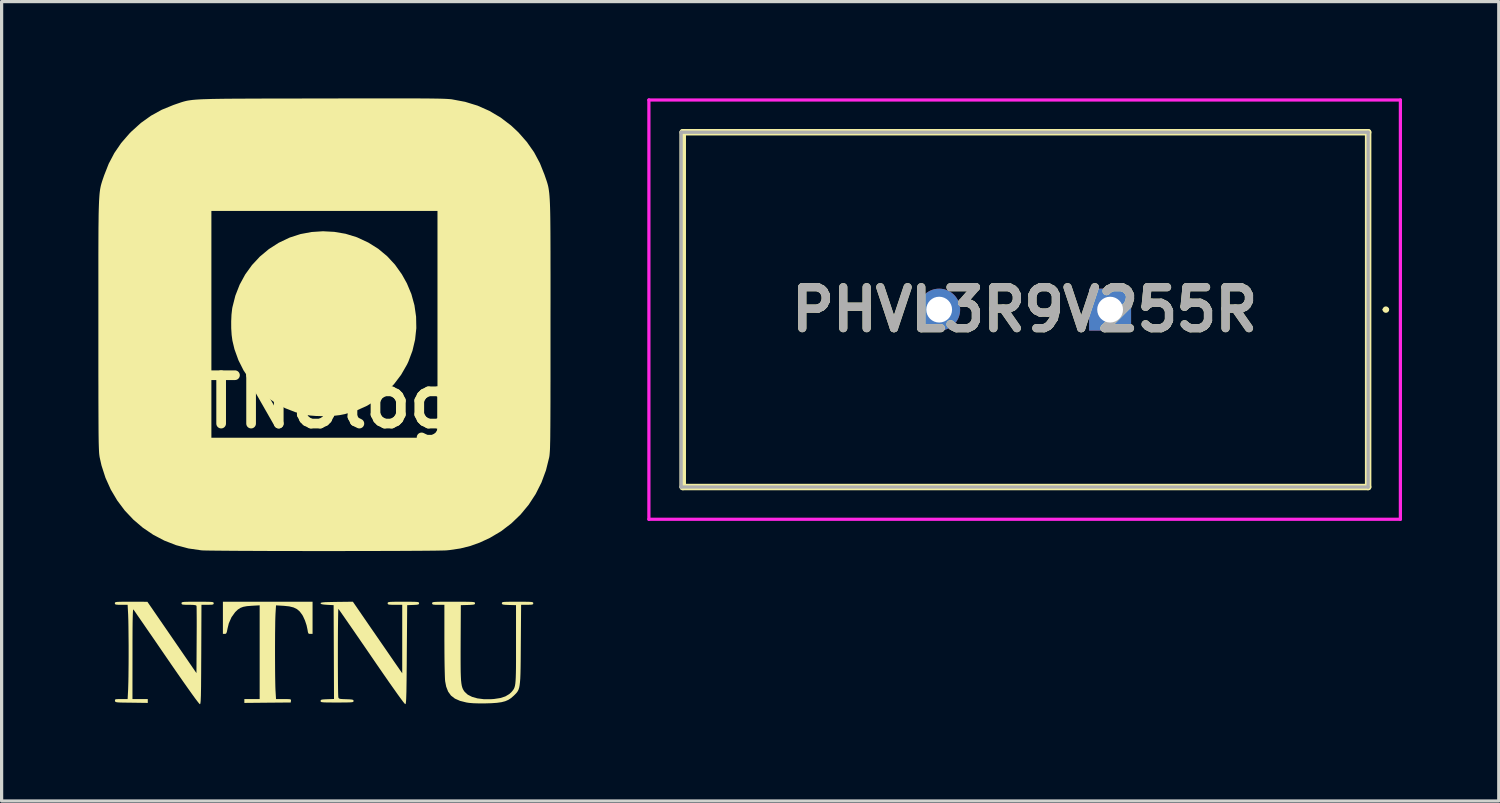
<source format=kicad_pcb>
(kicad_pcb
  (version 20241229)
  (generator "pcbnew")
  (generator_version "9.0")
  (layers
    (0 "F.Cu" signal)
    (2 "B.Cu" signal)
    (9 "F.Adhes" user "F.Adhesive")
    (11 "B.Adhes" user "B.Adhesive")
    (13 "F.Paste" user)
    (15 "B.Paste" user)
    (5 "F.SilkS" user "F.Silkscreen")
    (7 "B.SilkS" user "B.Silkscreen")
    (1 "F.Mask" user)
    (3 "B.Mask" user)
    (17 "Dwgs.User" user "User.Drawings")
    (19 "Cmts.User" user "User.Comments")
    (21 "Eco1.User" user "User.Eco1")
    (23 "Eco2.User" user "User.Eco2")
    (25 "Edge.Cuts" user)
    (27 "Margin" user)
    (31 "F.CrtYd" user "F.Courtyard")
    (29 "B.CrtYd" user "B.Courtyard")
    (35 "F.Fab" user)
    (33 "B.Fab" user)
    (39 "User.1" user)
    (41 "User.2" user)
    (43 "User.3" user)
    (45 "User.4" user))
  (footprint "NTNUlogo"
    (layer "F.Cu")
    (at 7.021 9.405)
    (property "Reference" "NTNUlogo" (at 0 0 0) (layer "F.SilkS") (effects (font (size 1.5 1.5) (thickness 0.3))))
    (attr board_only exclude_from_pos_files exclude_from_bom)
    (fp_poly (pts (xy 0.297 -5.266) (xy 0.643 -5.207) (xy 0.974 -5.106) (xy 1.01 -5.092) (xy 1.349 -4.934) (xy 1.657 -4.741) (xy 1.932 -4.512) (xy 2.176 -4.249) (xy 2.389 -3.949) (xy 2.544 -3.671) (xy 2.684 -3.336) (xy 2.779 -2.99) (xy 2.83 -2.636) (xy 2.837 -2.28) (xy 2.799 -1.926) (xy 2.717 -1.579) (xy 2.591 -1.243) (xy 2.548 -1.152) (xy 2.365 -0.834) (xy 2.146 -0.545) (xy 1.895 -0.287) (xy 1.615 -0.063) (xy 1.311 0.125) (xy 0.984 0.273) (xy 0.639 0.379) (xy 0.466 0.415) (xy 0.307 0.434) (xy 0.119 0.446) (xy -0.082 0.448) (xy -0.28 0.442) (xy -0.458 0.428) (xy -0.556 0.413) (xy -0.905 0.327) (xy -1.236 0.198) (xy -1.546 0.03) (xy -1.833 -0.173) (xy -2.093 -0.41) (xy -2.322 -0.677) (xy -2.519 -0.97) (xy -2.679 -1.288) (xy -2.801 -1.626) (xy -2.865 -1.894) (xy -2.889 -2.07) (xy -2.902 -2.274) (xy -2.903 -2.489) (xy -2.894 -2.698) (xy -2.873 -2.883) (xy -2.865 -2.928) (xy -2.774 -3.288) (xy -2.641 -3.628) (xy -2.468 -3.946) (xy -2.258 -4.237) (xy -2.013 -4.5) (xy -1.736 -4.731) (xy -1.429 -4.928) (xy -1.094 -5.087) (xy -1.081 -5.092) (xy -0.753 -5.198) (xy -0.408 -5.262) (xy -0.056 -5.285)) (stroke (width 0) (type solid)) (fill yes) (layer "F.SilkS"))
    (fp_poly (pts (xy -0.38 6.7) (xy -0.38 7.199) (xy -0.449 7.199) (xy -0.49 7.196) (xy -0.513 7.178) (xy -0.526 7.133) (xy -0.535 7.075) (xy -0.566 6.931) (xy -0.616 6.781) (xy -0.678 6.646) (xy -0.702 6.605) (xy -0.778 6.504) (xy -0.864 6.43) (xy -0.969 6.379) (xy -1.102 6.346) (xy -1.272 6.328) (xy -1.281 6.328) (xy -1.513 6.314) (xy -1.529 6.57) (xy -1.533 6.668) (xy -1.537 6.806) (xy -1.539 6.977) (xy -1.542 7.174) (xy -1.543 7.39) (xy -1.544 7.618) (xy -1.544 7.85) (xy -1.543 8.08) (xy -1.542 8.3) (xy -1.54 8.502) (xy -1.537 8.681) (xy -1.534 8.829) (xy -1.53 8.938) (xy -1.529 8.952) (xy -1.513 9.219) (xy -1.278 9.219) (xy -1.171 9.22) (xy -1.102 9.222) (xy -1.065 9.229) (xy -1.05 9.242) (xy -1.049 9.263) (xy -1.05 9.273) (xy -1.057 9.326) (xy -1.776 9.332) (xy -2.495 9.339) (xy -2.495 9.279) (xy -2.495 9.219) (xy -2.257 9.219) (xy -2.02 9.219) (xy -2.02 7.766) (xy -2.02 6.313) (xy -2.269 6.327) (xy -2.417 6.339) (xy -2.53 6.36) (xy -2.618 6.393) (xy -2.695 6.443) (xy -2.77 6.515) (xy -2.781 6.526) (xy -2.894 6.683) (xy -2.977 6.872) (xy -3.019 7.044) (xy -3.035 7.127) (xy -3.051 7.174) (xy -3.072 7.195) (xy -3.103 7.199) (xy -3.103 7.199) (xy -3.16 7.199) (xy -3.16 6.7) (xy -3.16 6.201) (xy -1.77 6.201) (xy -0.38 6.201)) (stroke (width 0) (type solid)) (fill yes) (layer "F.SilkS"))
    (fp_poly (pts (xy -3.778 6.202) (xy -3.654 6.203) (xy -3.565 6.205) (xy -3.506 6.209) (xy -3.47 6.215) (xy -3.452 6.225) (xy -3.446 6.238) (xy -3.445 6.249) (xy -3.449 6.273) (xy -3.468 6.287) (xy -3.51 6.294) (xy -3.585 6.296) (xy -3.635 6.297) (xy -3.825 6.297) (xy -3.831 7.835) (xy -3.833 8.146) (xy -3.834 8.413) (xy -3.836 8.64) (xy -3.837 8.828) (xy -3.84 8.983) (xy -3.842 9.106) (xy -3.846 9.202) (xy -3.849 9.273) (xy -3.854 9.323) (xy -3.859 9.355) (xy -3.865 9.373) (xy -3.873 9.379) (xy -3.873 9.379) (xy -3.894 9.361) (xy -3.941 9.303) (xy -4.014 9.207) (xy -4.112 9.072) (xy -4.236 8.898) (xy -4.385 8.687) (xy -4.558 8.439) (xy -4.756 8.153) (xy -4.907 7.933) (xy -5.069 7.697) (xy -5.223 7.472) (xy -5.368 7.261) (xy -5.502 7.068) (xy -5.621 6.894) (xy -5.725 6.744) (xy -5.81 6.621) (xy -5.874 6.527) (xy -5.916 6.467) (xy -5.933 6.442) (xy -5.94 6.443) (xy -5.945 6.465) (xy -5.95 6.511) (xy -5.953 6.583) (xy -5.956 6.686) (xy -5.959 6.821) (xy -5.961 6.992) (xy -5.962 7.201) (xy -5.963 7.451) (xy -5.963 7.746) (xy -5.963 7.811) (xy -5.964 9.219) (xy -5.726 9.219) (xy -5.489 9.219) (xy -5.489 9.279) (xy -5.489 9.339) (xy -5.994 9.332) (xy -6.161 9.33) (xy -6.286 9.328) (xy -6.376 9.325) (xy -6.437 9.32) (xy -6.474 9.313) (xy -6.494 9.303) (xy -6.503 9.29) (xy -6.506 9.273) (xy -6.507 9.247) (xy -6.496 9.231) (xy -6.464 9.223) (xy -6.401 9.22) (xy -6.314 9.219) (xy -6.114 9.219) (xy -6.098 8.916) (xy -6.095 8.819) (xy -6.091 8.683) (xy -6.088 8.515) (xy -6.086 8.324) (xy -6.084 8.118) (xy -6.083 7.905) (xy -6.083 7.758) (xy -6.083 7.545) (xy -6.085 7.333) (xy -6.087 7.131) (xy -6.089 6.946) (xy -6.092 6.787) (xy -6.096 6.662) (xy -6.098 6.599) (xy -6.114 6.297) (xy -6.312 6.297) (xy -6.409 6.296) (xy -6.468 6.291) (xy -6.498 6.282) (xy -6.509 6.264) (xy -6.51 6.249) (xy -6.509 6.233) (xy -6.499 6.222) (xy -6.477 6.213) (xy -6.434 6.207) (xy -6.367 6.204) (xy -6.268 6.202) (xy -6.132 6.202) (xy -6.005 6.202) (xy -5.501 6.203) (xy -4.74 7.309) (xy -3.98 8.415) (xy -3.974 7.386) (xy -3.973 7.168) (xy -3.972 6.965) (xy -3.972 6.781) (xy -3.973 6.622) (xy -3.974 6.492) (xy -3.975 6.396) (xy -3.977 6.339) (xy -3.979 6.326) (xy -4.003 6.311) (xy -4.065 6.301) (xy -4.169 6.297) (xy -4.217 6.297) (xy -4.322 6.296) (xy -4.388 6.292) (xy -4.425 6.285) (xy -4.44 6.27) (xy -4.443 6.249) (xy -4.441 6.233) (xy -4.432 6.221) (xy -4.409 6.213) (xy -4.367 6.207) (xy -4.299 6.204) (xy -4.199 6.202) (xy -4.062 6.202) (xy -3.944 6.201)) (stroke (width 0) (type solid)) (fill yes) (layer "F.SilkS"))
    (fp_poly (pts (xy 6.139 6.202) (xy 6.262 6.203) (xy 6.348 6.205) (xy 6.406 6.209) (xy 6.44 6.216) (xy 6.457 6.226) (xy 6.462 6.239) (xy 6.463 6.249) (xy 6.459 6.273) (xy 6.44 6.287) (xy 6.398 6.294) (xy 6.322 6.296) (xy 6.274 6.297) (xy 6.086 6.297) (xy 6.077 7.514) (xy 6.075 7.807) (xy 6.073 8.055) (xy 6.07 8.265) (xy 6.066 8.439) (xy 6.06 8.582) (xy 6.051 8.698) (xy 6.04 8.791) (xy 6.026 8.865) (xy 6.007 8.924) (xy 5.984 8.972) (xy 5.956 9.013) (xy 5.922 9.052) (xy 5.882 9.092) (xy 5.861 9.113) (xy 5.777 9.187) (xy 5.69 9.244) (xy 5.593 9.286) (xy 5.478 9.316) (xy 5.337 9.336) (xy 5.162 9.348) (xy 4.99 9.353) (xy 4.78 9.354) (xy 4.61 9.349) (xy 4.474 9.338) (xy 4.39 9.325) (xy 4.191 9.275) (xy 4.033 9.205) (xy 3.912 9.111) (xy 3.823 8.988) (xy 3.763 8.834) (xy 3.731 8.668) (xy 3.726 8.608) (xy 3.722 8.507) (xy 3.718 8.369) (xy 3.714 8.201) (xy 3.711 8.009) (xy 3.709 7.797) (xy 3.708 7.572) (xy 3.707 7.395) (xy 3.707 6.297) (xy 3.517 6.297) (xy 3.422 6.296) (xy 3.365 6.291) (xy 3.337 6.28) (xy 3.327 6.262) (xy 3.326 6.249) (xy 3.328 6.235) (xy 3.336 6.224) (xy 3.355 6.216) (xy 3.391 6.21) (xy 3.449 6.206) (xy 3.534 6.203) (xy 3.652 6.202) (xy 3.807 6.202) (xy 3.992 6.201) (xy 4.187 6.202) (xy 4.339 6.202) (xy 4.455 6.204) (xy 4.538 6.206) (xy 4.595 6.21) (xy 4.63 6.216) (xy 4.649 6.225) (xy 4.656 6.236) (xy 4.657 6.248) (xy 4.653 6.27) (xy 4.635 6.285) (xy 4.594 6.293) (xy 4.521 6.299) (xy 4.437 6.302) (xy 4.217 6.308) (xy 4.211 7.471) (xy 4.21 7.761) (xy 4.21 8.007) (xy 4.211 8.213) (xy 4.213 8.385) (xy 4.218 8.526) (xy 4.224 8.64) (xy 4.234 8.731) (xy 4.246 8.803) (xy 4.262 8.861) (xy 4.281 8.909) (xy 4.305 8.951) (xy 4.332 8.99) (xy 4.337 8.996) (xy 4.431 9.083) (xy 4.565 9.151) (xy 4.731 9.198) (xy 4.926 9.223) (xy 5.144 9.224) (xy 5.248 9.217) (xy 5.442 9.187) (xy 5.597 9.137) (xy 5.72 9.064) (xy 5.783 9.006) (xy 5.814 8.97) (xy 5.84 8.937) (xy 5.862 8.902) (xy 5.88 8.861) (xy 5.895 8.809) (xy 5.906 8.743) (xy 5.914 8.658) (xy 5.92 8.55) (xy 5.924 8.416) (xy 5.927 8.25) (xy 5.928 8.05) (xy 5.928 7.81) (xy 5.928 7.527) (xy 5.928 7.52) (xy 5.928 6.308) (xy 5.708 6.302) (xy 5.605 6.298) (xy 5.54 6.292) (xy 5.505 6.282) (xy 5.491 6.266) (xy 5.489 6.248) (xy 5.491 6.232) (xy 5.501 6.221) (xy 5.525 6.212) (xy 5.569 6.207) (xy 5.64 6.204) (xy 5.742 6.202) (xy 5.883 6.202) (xy 5.976 6.201)) (stroke (width 0) (type solid)) (fill yes) (layer "F.SilkS"))
    (fp_poly (pts (xy 1.438 7.027) (xy 1.569 7.216) (xy 1.699 7.405) (xy 1.824 7.586) (xy 1.94 7.754) (xy 2.042 7.903) (xy 2.127 8.027) (xy 2.191 8.119) (xy 2.203 8.136) (xy 2.4 8.42) (xy 2.4 7.358) (xy 2.4 6.297) (xy 2.174 6.297) (xy 2.069 6.296) (xy 2.003 6.292) (xy 1.967 6.285) (xy 1.951 6.27) (xy 1.948 6.249) (xy 1.95 6.233) (xy 1.96 6.221) (xy 1.983 6.213) (xy 2.026 6.207) (xy 2.095 6.204) (xy 2.196 6.202) (xy 2.335 6.202) (xy 2.435 6.201) (xy 2.599 6.202) (xy 2.721 6.203) (xy 2.808 6.205) (xy 2.866 6.209) (xy 2.9 6.216) (xy 2.917 6.226) (xy 2.922 6.239) (xy 2.923 6.248) (xy 2.918 6.272) (xy 2.897 6.287) (xy 2.851 6.295) (xy 2.769 6.3) (xy 2.738 6.301) (xy 2.554 6.308) (xy 2.542 7.841) (xy 2.54 8.152) (xy 2.537 8.418) (xy 2.535 8.644) (xy 2.532 8.832) (xy 2.53 8.986) (xy 2.526 9.109) (xy 2.523 9.204) (xy 2.519 9.274) (xy 2.514 9.324) (xy 2.509 9.355) (xy 2.502 9.373) (xy 2.495 9.378) (xy 2.495 9.378) (xy 2.474 9.36) (xy 2.427 9.302) (xy 2.356 9.207) (xy 2.259 9.074) (xy 2.139 8.904) (xy 1.994 8.699) (xy 1.827 8.458) (xy 1.637 8.183) (xy 1.449 7.909) (xy 1.287 7.672) (xy 1.132 7.447) (xy 0.987 7.236) (xy 0.854 7.043) (xy 0.734 6.87) (xy 0.631 6.721) (xy 0.546 6.599) (xy 0.482 6.507) (xy 0.439 6.447) (xy 0.422 6.424) (xy 0.421 6.424) (xy 0.418 6.444) (xy 0.415 6.508) (xy 0.413 6.608) (xy 0.411 6.741) (xy 0.409 6.901) (xy 0.407 7.084) (xy 0.406 7.283) (xy 0.405 7.494) (xy 0.405 7.713) (xy 0.405 7.933) (xy 0.405 8.15) (xy 0.406 8.359) (xy 0.407 8.554) (xy 0.408 8.731) (xy 0.41 8.885) (xy 0.412 9.01) (xy 0.415 9.102) (xy 0.418 9.154) (xy 0.419 9.164) (xy 0.428 9.189) (xy 0.447 9.205) (xy 0.485 9.215) (xy 0.552 9.22) (xy 0.656 9.224) (xy 0.662 9.224) (xy 0.768 9.228) (xy 0.835 9.234) (xy 0.872 9.243) (xy 0.888 9.258) (xy 0.891 9.278) (xy 0.889 9.294) (xy 0.88 9.306) (xy 0.857 9.314) (xy 0.815 9.32) (xy 0.748 9.323) (xy 0.65 9.325) (xy 0.515 9.326) (xy 0.38 9.326) (xy 0.212 9.326) (xy 0.085 9.325) (xy -0.005 9.323) (xy -0.066 9.319) (xy -0.104 9.313) (xy -0.123 9.304) (xy -0.13 9.291) (xy -0.131 9.278) (xy -0.127 9.255) (xy -0.108 9.241) (xy -0.067 9.232) (xy 0.007 9.227) (xy 0.077 9.224) (xy 0.285 9.217) (xy 0.279 7.763) (xy 0.273 6.308) (xy 0.071 6.297) (xy -0.031 6.289) (xy -0.094 6.279) (xy -0.124 6.265) (xy -0.131 6.249) (xy -0.125 6.237) (xy -0.103 6.228) (xy -0.06 6.221) (xy 0.01 6.215) (xy 0.112 6.212) (xy 0.253 6.209) (xy 0.37 6.207) (xy 0.87 6.201)) (stroke (width 0) (type solid)) (fill yes) (layer "F.SilkS"))
    (fp_poly (pts (xy 2.269 -9.405) (xy 2.539 -9.405) (xy 2.777 -9.404) (xy 2.986 -9.403) (xy 3.168 -9.402) (xy 3.325 -9.4) (xy 3.46 -9.398) (xy 3.574 -9.396) (xy 3.67 -9.393) (xy 3.75 -9.39) (xy 3.817 -9.386) (xy 3.872 -9.382) (xy 3.918 -9.378) (xy 3.945 -9.374) (xy 4.35 -9.298) (xy 4.737 -9.179) (xy 5.104 -9.016) (xy 5.449 -8.812) (xy 5.772 -8.566) (xy 6 -8.353) (xy 6.264 -8.053) (xy 6.487 -7.736) (xy 6.669 -7.395) (xy 6.816 -7.026) (xy 6.817 -7.021) (xy 6.84 -6.954) (xy 6.861 -6.894) (xy 6.88 -6.838) (xy 6.897 -6.784) (xy 6.912 -6.731) (xy 6.926 -6.675) (xy 6.938 -6.613) (xy 6.948 -6.545) (xy 6.958 -6.467) (xy 6.966 -6.378) (xy 6.973 -6.274) (xy 6.979 -6.154) (xy 6.984 -6.015) (xy 6.988 -5.855) (xy 6.991 -5.671) (xy 6.993 -5.462) (xy 6.995 -5.224) (xy 6.996 -4.957) (xy 6.997 -4.656) (xy 6.997 -4.32) (xy 6.998 -3.947) (xy 6.998 -3.535) (xy 6.998 -3.08) (xy 6.997 -2.581) (xy 6.997 -2.388) (xy 6.997 -1.881) (xy 6.997 -1.42) (xy 6.997 -1.002) (xy 6.997 -0.624) (xy 6.996 -0.285) (xy 6.996 0.018) (xy 6.995 0.287) (xy 6.994 0.524) (xy 6.993 0.732) (xy 6.991 0.912) (xy 6.99 1.068) (xy 6.988 1.2) (xy 6.985 1.313) (xy 6.983 1.407) (xy 6.98 1.485) (xy 6.976 1.549) (xy 6.972 1.602) (xy 6.968 1.646) (xy 6.964 1.683) (xy 6.958 1.715) (xy 6.956 1.728) (xy 6.857 2.126) (xy 6.717 2.505) (xy 6.537 2.863) (xy 6.32 3.196) (xy 6.067 3.501) (xy 5.781 3.775) (xy 5.464 4.017) (xy 5.118 4.222) (xy 5.11 4.226) (xy 4.806 4.367) (xy 4.508 4.474) (xy 4.203 4.55) (xy 3.874 4.599) (xy 3.774 4.609) (xy 3.718 4.612) (xy 3.618 4.614) (xy 3.477 4.617) (xy 3.298 4.619) (xy 3.085 4.621) (xy 2.84 4.623) (xy 2.568 4.624) (xy 2.271 4.626) (xy 1.953 4.627) (xy 1.617 4.628) (xy 1.266 4.629) (xy 0.904 4.629) (xy 0.534 4.63) (xy 0.158 4.63) (xy -0.219 4.63) (xy -0.594 4.63) (xy -0.964 4.629) (xy -1.326 4.628) (xy -1.677 4.628) (xy -2.013 4.627) (xy -2.33 4.625) (xy -2.627 4.624) (xy -2.899 4.622) (xy -3.142 4.62) (xy -3.355 4.618) (xy -3.533 4.616) (xy -3.674 4.614) (xy -3.773 4.611) (xy -3.828 4.608) (xy -4.228 4.55) (xy -4.612 4.448) (xy -4.978 4.305) (xy -5.322 4.124) (xy -5.643 3.906) (xy -5.937 3.655) (xy -6.203 3.373) (xy -6.437 3.061) (xy -6.637 2.723) (xy -6.8 2.361) (xy -6.924 1.977) (xy -6.98 1.728) (xy -6.985 1.697) (xy -6.99 1.662) (xy -6.995 1.622) (xy -6.999 1.573) (xy -7.002 1.513) (xy -7.005 1.441) (xy -7.008 1.354) (xy -7.011 1.25) (xy -7.013 1.126) (xy -7.015 0.98) (xy -7.016 0.811) (xy -7.017 0.615) (xy -7.018 0.39) (xy -7.019 0.135) (xy -7.02 -0.153) (xy -7.02 -0.477) (xy -7.021 -0.838) (xy -7.021 -1.239) (xy -7.021 -1.682) (xy -7.021 -2.17) (xy -7.021 -2.388) (xy -7.021 -2.904) (xy -7.021 -3.374) (xy -7.021 -3.802) (xy -7.021 -4.189) (xy -7.021 -4.538) (xy -7.02 -4.851) (xy -7.019 -5.131) (xy -7.018 -5.379) (xy -7.015 -5.598) (xy -7.013 -5.791) (xy -7.01 -5.916) (xy -3.517 -5.916) (xy -3.517 -2.4) (xy -3.517 1.117) (xy -0.012 1.117) (xy 3.493 1.117) (xy 3.493 -2.4) (xy 3.493 -5.916) (xy -0.012 -5.916) (xy -3.517 -5.916) (xy -7.01 -5.916) (xy -7.009 -5.959) (xy -7.004 -6.106) (xy -6.999 -6.232) (xy -6.992 -6.342) (xy -6.985 -6.436) (xy -6.976 -6.518) (xy -6.966 -6.59) (xy -6.954 -6.653) (xy -6.941 -6.711) (xy -6.926 -6.765) (xy -6.91 -6.818) (xy -6.892 -6.873) (xy -6.872 -6.931) (xy -6.85 -6.995) (xy -6.841 -7.021) (xy -6.7 -7.38) (xy -6.526 -7.71) (xy -6.315 -8.019) (xy -6.062 -8.311) (xy -5.999 -8.375) (xy -5.703 -8.643) (xy -5.39 -8.867) (xy -5.056 -9.052) (xy -4.694 -9.2) (xy -4.645 -9.217) (xy -4.578 -9.24) (xy -4.519 -9.26) (xy -4.464 -9.279) (xy -4.411 -9.296) (xy -4.358 -9.311) (xy -4.303 -9.325) (xy -4.243 -9.337) (xy -4.176 -9.347) (xy -4.1 -9.357) (xy -4.011 -9.365) (xy -3.909 -9.372) (xy -3.789 -9.378) (xy -3.651 -9.382) (xy -3.492 -9.387) (xy -3.309 -9.39) (xy -3.1 -9.393) (xy -2.862 -9.395) (xy -2.594 -9.396) (xy -2.293 -9.398) (xy -1.957 -9.399) (xy -1.582 -9.4) (xy -1.168 -9.4) (xy -0.71 -9.401) (xy -0.208 -9.402) (xy -0.144 -9.402) (xy 0.364 -9.403) (xy 0.826 -9.404) (xy 1.245 -9.405) (xy 1.624 -9.405) (xy 1.964 -9.405)) (stroke (width 0) (type solid)) (fill yes) (layer "F.SilkS")))
  (footprint "PHVL3R9V255R"
    (layer "F.Cu")
    (at 31.369 6.55)
    (property "Reference" "PHVL3R9V255R" (at -2.65 0 0) (layer "F.SilkS") (effects (font (size 1.27 1.27) (thickness 0.254))))
    (attr through_hole)
    (fp_line (start -13.25 -5.5) (end -13.25 5.5) (stroke (width 0.2) (type solid)) (layer "F.SilkS"))
    (fp_line (start -13.25 5.5) (end 8 5.5) (stroke (width 0.2) (type solid)) (layer "F.SilkS"))
    (fp_line (start 8 -5.5) (end -13.25 -5.5) (stroke (width 0.2) (type solid)) (layer "F.SilkS"))
    (fp_line (start 8 5.5) (end 8 -5.5) (stroke (width 0.2) (type solid)) (layer "F.SilkS"))
    (fp_line (start 8.5 0) (end 8.5 0) (stroke (width 0.1) (type solid)) (layer "F.SilkS"))
    (fp_line (start 8.6 0) (end 8.6 0) (stroke (width 0.1) (type solid)) (layer "F.SilkS"))
    (fp_arc (start 8.5 0) (mid 8.55 -0.05) (end 8.6 0) (stroke (width 0.1) (type solid)) (layer "F.SilkS"))
    (fp_arc (start 8.6 0) (mid 8.55 0.05) (end 8.5 0) (stroke (width 0.1) (type solid)) (layer "F.SilkS"))
    (fp_line (start -14.3 -6.5) (end -14.3 6.5) (stroke (width 0.1) (type solid)) (layer "F.CrtYd"))
    (fp_line (start -14.3 6.5) (end 9 6.5) (stroke (width 0.1) (type solid)) (layer "F.CrtYd"))
    (fp_line (start 9 -6.5) (end -14.3 -6.5) (stroke (width 0.1) (type solid)) (layer "F.CrtYd"))
    (fp_line (start 9 6.5) (end 9 -6.5) (stroke (width 0.1) (type solid)) (layer "F.CrtYd"))
    (fp_line (start -13.3 -5.5) (end -13.3 5.5) (stroke (width 0.1) (type solid)) (layer "F.Fab"))
    (fp_line (start -13.3 5.5) (end 8 5.5) (stroke (width 0.1) (type solid)) (layer "F.Fab"))
    (fp_line (start 8 -5.5) (end -13.3 -5.5) (stroke (width 0.1) (type solid)) (layer "F.Fab"))
    (fp_line (start 8 5.5) (end 8 -5.5) (stroke (width 0.1) (type solid)) (layer "F.Fab"))
    (fp_text user "${REFERENCE}" (at -2.65 0 0) (layer "F.Fab") (effects (font (size 1.27 1.27) (thickness 0.254))))
    (pad "1" thru_hole rect (at 0 0) (size 1.3 1.3) (drill 0.8) (layers "*.Cu" "*.Mask"))
    (pad "2" thru_hole circle (at -5.3 0) (size 1.3 1.3) (drill 0.8) (layers "*.Cu" "*.Mask")))
  (gr_rect
    (start -3 -3)
    (end 43.419 21.785)
    (stroke (width 0.1) (type default))
    (fill no)
    (layer "Edge.Cuts")))
</source>
